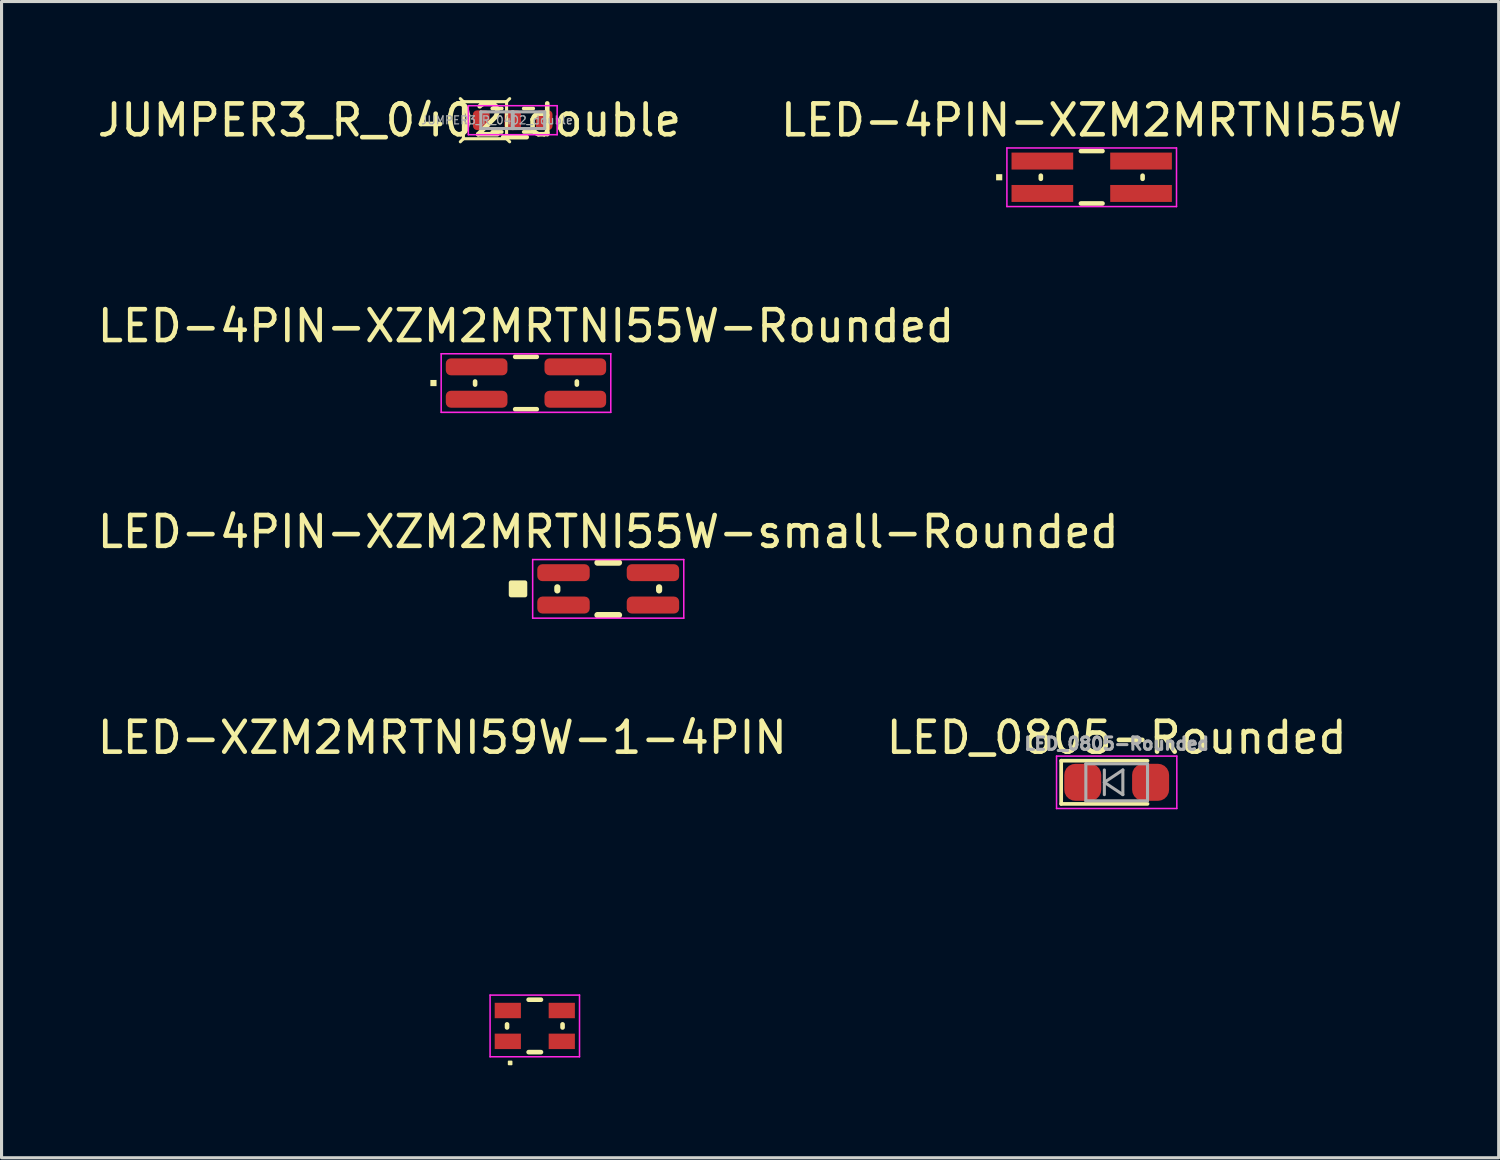
<source format=kicad_pcb>
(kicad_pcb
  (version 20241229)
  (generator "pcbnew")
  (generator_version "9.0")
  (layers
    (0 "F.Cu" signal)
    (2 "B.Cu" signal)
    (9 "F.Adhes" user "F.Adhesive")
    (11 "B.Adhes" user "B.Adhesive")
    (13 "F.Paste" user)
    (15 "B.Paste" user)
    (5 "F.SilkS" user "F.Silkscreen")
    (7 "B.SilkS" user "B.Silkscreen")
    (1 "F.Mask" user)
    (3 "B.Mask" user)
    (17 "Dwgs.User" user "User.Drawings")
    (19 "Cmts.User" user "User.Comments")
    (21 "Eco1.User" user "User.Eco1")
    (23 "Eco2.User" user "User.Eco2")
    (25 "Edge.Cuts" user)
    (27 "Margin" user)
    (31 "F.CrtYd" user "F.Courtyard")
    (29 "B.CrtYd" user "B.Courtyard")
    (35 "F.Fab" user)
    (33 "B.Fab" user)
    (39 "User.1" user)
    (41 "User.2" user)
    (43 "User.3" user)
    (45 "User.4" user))
  (footprint "LED_0805-Rounded"
    (layer "F.Cu")
    (at 33.161 22.318)
    (property "Reference" "LED_0805-Rounded" (at 0 -1.45 0) (layer "F.SilkS") (effects (font (size 1 1) (thickness 0.15))))
    (attr smd)
    (fp_line (start -1.8 -0.7) (end -1.8 0.7) (stroke (width 0.12) (type solid)) (layer "F.SilkS"))
    (fp_line (start -1.8 -0.7) (end 1 -0.7) (stroke (width 0.12) (type solid)) (layer "F.SilkS"))
    (fp_line (start -1.8 0.7) (end 1 0.7) (stroke (width 0.12) (type solid)) (layer "F.SilkS"))
    (fp_line (start -1.95 -0.85) (end 1.95 -0.85) (stroke (width 0.05) (type solid)) (layer "F.CrtYd"))
    (fp_line (start -1.95 0.85) (end -1.95 -0.85) (stroke (width 0.05) (type solid)) (layer "F.CrtYd"))
    (fp_line (start 1.95 -0.85) (end 1.95 0.85) (stroke (width 0.05) (type solid)) (layer "F.CrtYd"))
    (fp_line (start 1.95 0.85) (end -1.95 0.85) (stroke (width 0.05) (type solid)) (layer "F.CrtYd"))
    (fp_line (start -1 -0.6) (end 1 -0.6) (stroke (width 0.1) (type solid)) (layer "F.Fab"))
    (fp_line (start -1 0.6) (end -1 -0.6) (stroke (width 0.1) (type solid)) (layer "F.Fab"))
    (fp_line (start -0.4 -0.4) (end -0.4 0.4) (stroke (width 0.1) (type solid)) (layer "F.Fab"))
    (fp_line (start -0.4 0) (end 0.2 -0.4) (stroke (width 0.1) (type solid)) (layer "F.Fab"))
    (fp_line (start 0.2 -0.4) (end 0.2 0.4) (stroke (width 0.1) (type solid)) (layer "F.Fab"))
    (fp_line (start 0.2 0.4) (end -0.4 0) (stroke (width 0.1) (type solid)) (layer "F.Fab"))
    (fp_line (start 1 -0.6) (end 1 0.6) (stroke (width 0.1) (type solid)) (layer "F.Fab"))
    (fp_line (start 1 0.6) (end -1 0.6) (stroke (width 0.1) (type solid)) (layer "F.Fab"))
    (fp_text user "${REFERENCE}" (at 0 -1.25 0) (layer "F.Fab") (effects (font (size 0.4 0.4) (thickness 0.1))))
    (pad "1" smd roundrect (at -1.1 0 180) (size 1.2 1.2) (layers "F.Cu" "F.Mask" "F.Paste") (roundrect_rratio 0.3))
    (pad "2" smd roundrect (at 1.1 0 180) (size 1.2 1.2) (layers "F.Cu" "F.Mask" "F.Paste") (roundrect_rratio 0.3)))
  (footprint "LED-4PIN-XZM2MRTNI55W-Rounded"
    (layer "F.Cu")
    (at 14.006 9.371)
    (property "Reference" "LED-4PIN-XZM2MRTNI55W-Rounded" (at 0 -1.85 0) (layer "F.SilkS") (effects (font (size 1 1) (thickness 0.15))))
    (attr through_hole)
    (fp_line (start -1.65 0.05) (end -1.65 -0.05) (stroke (width 0.15) (type solid)) (layer "F.SilkS"))
    (fp_line (start 0.35 -0.85) (end -0.35 -0.85) (stroke (width 0.15) (type solid)) (layer "F.SilkS"))
    (fp_line (start 0.35 0.85) (end -0.35 0.85) (stroke (width 0.15) (type solid)) (layer "F.SilkS"))
    (fp_line (start 1.65 -0.05) (end 1.65 0.05) (stroke (width 0.15) (type solid)) (layer "F.SilkS"))
    (fp_line (start -2.75 -0.95) (end -2.75 0.95) (stroke (width 0.05) (type solid)) (layer "F.CrtYd"))
    (fp_line (start -2.75 0.95) (end 2.75 0.95) (stroke (width 0.05) (type solid)) (layer "F.CrtYd"))
    (fp_line (start 2.75 -0.95) (end -2.75 -0.95) (stroke (width 0.05) (type solid)) (layer "F.CrtYd"))
    (fp_line (start 2.75 0.95) (end 2.75 -0.95) (stroke (width 0.05) (type solid)) (layer "F.CrtYd"))
    (pad "" smd rect (at -3 0) (size 0.2 0.2) (layers "F.SilkS"))
    (pad "1" smd roundrect (at 1.6 -0.525) (size 2 0.55) (layers "F.Cu" "F.Mask" "F.Paste") (roundrect_rratio 0.3))
    (pad "2" smd roundrect (at -1.6 -0.525) (size 2 0.55) (layers "F.Cu" "F.Mask" "F.Paste") (roundrect_rratio 0.3))
    (pad "3" smd roundrect (at 1.6 0.525) (size 2 0.55) (layers "F.Cu" "F.Mask" "F.Paste") (roundrect_rratio 0.3))
    (pad "4" smd roundrect (at -1.6 0.525) (size 2 0.55) (layers "F.Cu" "F.Mask" "F.Paste") (roundrect_rratio 0.3)))
  (footprint "LED-XZM2MRTNI59W-1-4PIN"
    (layer "F.Cu")
    (at 14.292 30.218)
    (property "Reference" "LED-XZM2MRTNI59W-1-4PIN" (at -3 -9.35 0) (layer "F.SilkS") (effects (font (size 1 1) (thickness 0.15))))
    (attr through_hole)
    (fp_line (start -0.9 -0.05) (end -0.9 0.05) (stroke (width 0.15) (type solid)) (layer "F.SilkS"))
    (fp_line (start -0.2 -0.85) (end 0.2 -0.85) (stroke (width 0.15) (type solid)) (layer "F.SilkS"))
    (fp_line (start 0.2 0.85) (end -0.2 0.85) (stroke (width 0.15) (type solid)) (layer "F.SilkS"))
    (fp_line (start 0.9 -0.05) (end 0.9 0.05) (stroke (width 0.15) (type solid)) (layer "F.SilkS"))
    (fp_poly (pts (xy -0.85 1.15) (xy -0.85 1.25) (xy -0.75 1.25) (xy -0.75 1.15)) (stroke (width 0.05) (type solid)) (fill yes) (layer "F.SilkS"))
    (fp_line (start -1.45 -1) (end -1.45 1) (stroke (width 0.05) (type solid)) (layer "F.CrtYd"))
    (fp_line (start -1.45 1) (end 1.45 1) (stroke (width 0.05) (type solid)) (layer "F.CrtYd"))
    (fp_line (start 1.45 -1) (end -1.45 -1) (stroke (width 0.05) (type solid)) (layer "F.CrtYd"))
    (fp_line (start 1.45 1) (end 1.45 -1) (stroke (width 0.05) (type solid)) (layer "F.CrtYd"))
    (pad "1" smd rect (at 0.875 -0.5) (size 0.85 0.5) (layers "F.Cu" "F.Mask" "F.Paste"))
    (pad "2" smd rect (at -0.875 -0.5) (size 0.85 0.5) (layers "F.Cu" "F.Mask" "F.Paste"))
    (pad "3" smd rect (at 0.875 0.5) (size 0.85 0.5) (layers "F.Cu" "F.Mask" "F.Paste"))
    (pad "4" smd rect (at -0.875 0.5) (size 0.85 0.5) (layers "F.Cu" "F.Mask" "F.Paste")))
  (footprint "JUMPER3_R_0402_double"
    (layer "F.Cu")
    (at 13.577 0.848)
    (property "Reference" "JUMPER3_R_0402_double" (at -4 0 0) (layer "F.SilkS") (effects (font (size 1 1) (thickness 0.15))))
    (attr smd)
    (fp_line (start -1.6 -0.6) (end -1.7 -0.7) (stroke (width 0.1) (type default)) (layer "F.SilkS"))
    (fp_line (start -1.6 -0.6) (end -1.6 0.6) (stroke (width 0.1) (type default)) (layer "F.SilkS"))
    (fp_line (start -1.6 0.6) (end -1.7 0.7) (stroke (width 0.1) (type default)) (layer "F.SilkS"))
    (fp_line (start -1.6 0.6) (end -0.2 0.6) (stroke (width 0.1) (type default)) (layer "F.SilkS"))
    (fp_line (start -0.664 -0.38) (end -0.356 -0.38) (stroke (width 0.12) (type solid)) (layer "F.SilkS"))
    (fp_line (start -0.664 0.38) (end -0.356 0.38) (stroke (width 0.12) (type solid)) (layer "F.SilkS"))
    (fp_line (start -0.2 -0.6) (end -1.6 -0.6) (stroke (width 0.1) (type default)) (layer "F.SilkS"))
    (fp_line (start -0.2 -0.6) (end -0.1 -0.7) (stroke (width 0.1) (type default)) (layer "F.SilkS"))
    (fp_line (start -0.2 0.6) (end -0.2 -0.6) (stroke (width 0.1) (type default)) (layer "F.SilkS"))
    (fp_line (start -0.2 0.6) (end -0.1 0.7) (stroke (width 0.1) (type default)) (layer "F.SilkS"))
    (fp_line (start 0.356 -0.38) (end 0.664 -0.38) (stroke (width 0.12) (type solid)) (layer "F.SilkS"))
    (fp_line (start 0.356 0.38) (end 0.664 0.38) (stroke (width 0.12) (type solid)) (layer "F.SilkS"))
    (fp_line (start -1.44 -0.47) (end 1.44 -0.47) (stroke (width 0.05) (type solid)) (layer "F.CrtYd"))
    (fp_line (start -1.44 0.47) (end -1.44 -0.47) (stroke (width 0.05) (type solid)) (layer "F.CrtYd"))
    (fp_line (start 1.44 -0.47) (end 1.44 0.47) (stroke (width 0.05) (type solid)) (layer "F.CrtYd"))
    (fp_line (start 1.44 0.47) (end -1.44 0.47) (stroke (width 0.05) (type solid)) (layer "F.CrtYd"))
    (fp_line (start -1.035 -0.27) (end 0.015 -0.27) (stroke (width 0.1) (type solid)) (layer "F.Fab"))
    (fp_line (start -1.035 0.27) (end -1.035 -0.27) (stroke (width 0.1) (type solid)) (layer "F.Fab"))
    (fp_line (start -0.015 -0.27) (end 1.035 -0.27) (stroke (width 0.1) (type solid)) (layer "F.Fab"))
    (fp_line (start -0.015 0.27) (end -0.015 -0.27) (stroke (width 0.1) (type solid)) (layer "F.Fab"))
    (fp_line (start 0.015 -0.27) (end 0.015 0.27) (stroke (width 0.1) (type solid)) (layer "F.Fab"))
    (fp_line (start 0.015 0.27) (end -1.035 0.27) (stroke (width 0.1) (type solid)) (layer "F.Fab"))
    (fp_line (start 1.035 -0.27) (end 1.035 0.27) (stroke (width 0.1) (type solid)) (layer "F.Fab"))
    (fp_line (start 1.035 0.27) (end -0.015 0.27) (stroke (width 0.1) (type solid)) (layer "F.Fab"))
    (fp_text user "${REFERENCE}" (at -0.51 0 0) (layer "F.Fab") (effects (font (size 0.26 0.26) (thickness 0.04))))
    (pad "1" smd roundrect (at -1.02 0) (size 0.54 0.64) (layers "F.Cu" "F.Mask" "F.Paste") (roundrect_rratio 0.25))
    (pad "2" smd roundrect (at 0 0) (size 0.54 0.64) (layers "F.Cu" "F.Mask" "F.Paste") (roundrect_rratio 0.25))
    (pad "3" smd roundrect (at 1.02 0) (size 0.54 0.64) (layers "F.Cu" "F.Mask" "F.Paste") (roundrect_rratio 0.25)))
  (footprint "LED-4PIN-XZM2MRTNI55W-small-Rounded"
    (layer "F.Cu")
    (at 16.673 16.045)
    (property "Reference" "LED-4PIN-XZM2MRTNI55W-small-Rounded" (at 0 -1.85 0) (layer "F.SilkS") (effects (font (size 1 1) (thickness 0.15))))
    (attr through_hole)
    (fp_line (start -1.65 0.05) (end -1.65 -0.05) (stroke (width 0.2) (type solid)) (layer "F.SilkS"))
    (fp_line (start 0.35 -0.85) (end -0.35 -0.85) (stroke (width 0.2) (type solid)) (layer "F.SilkS"))
    (fp_line (start 0.35 0.85) (end -0.35 0.85) (stroke (width 0.2) (type solid)) (layer "F.SilkS"))
    (fp_line (start 1.65 -0.05) (end 1.65 0.05) (stroke (width 0.2) (type solid)) (layer "F.SilkS"))
    (fp_poly (pts (xy -2.7 -0.2) (xy -3.15 -0.2) (xy -3.15 0.2) (xy -2.7 0.2)) (stroke (width 0.15) (type solid)) (fill yes) (layer "F.SilkS"))
    (fp_line (start -2.45 -0.95) (end -2.45 0.95) (stroke (width 0.05) (type solid)) (layer "F.CrtYd"))
    (fp_line (start -2.45 0.95) (end 2.45 0.95) (stroke (width 0.05) (type solid)) (layer "F.CrtYd"))
    (fp_line (start 2.45 -0.95) (end -2.45 -0.95) (stroke (width 0.05) (type solid)) (layer "F.CrtYd"))
    (fp_line (start 2.45 0.95) (end 2.45 -0.95) (stroke (width 0.05) (type solid)) (layer "F.CrtYd"))
    (pad "1" smd roundrect (at 1.45 -0.525) (size 1.7 0.55) (layers "F.Cu" "F.Mask" "F.Paste") (roundrect_rratio 0.3))
    (pad "2" smd roundrect (at -1.45 -0.525) (size 1.7 0.55) (layers "F.Cu" "F.Mask" "F.Paste") (roundrect_rratio 0.3))
    (pad "3" smd roundrect (at 1.45 0.525) (size 1.7 0.55) (layers "F.Cu" "F.Mask" "F.Paste") (roundrect_rratio 0.3))
    (pad "4" smd roundrect (at -1.45 0.525) (size 1.7 0.55) (layers "F.Cu" "F.Mask" "F.Paste") (roundrect_rratio 0.3)))
  (footprint "LED-4PIN-XZM2MRTNI55W"
    (layer "F.Cu")
    (at 32.351 2.698)
    (property "Reference" "LED-4PIN-XZM2MRTNI55W" (at 0 -1.85 0) (layer "F.SilkS") (effects (font (size 1 1) (thickness 0.15))))
    (attr through_hole)
    (fp_line (start -1.65 0.05) (end -1.65 -0.05) (stroke (width 0.15) (type solid)) (layer "F.SilkS"))
    (fp_line (start 0.35 -0.85) (end -0.35 -0.85) (stroke (width 0.15) (type solid)) (layer "F.SilkS"))
    (fp_line (start 0.35 0.85) (end -0.35 0.85) (stroke (width 0.15) (type solid)) (layer "F.SilkS"))
    (fp_line (start 1.65 -0.05) (end 1.65 0.05) (stroke (width 0.15) (type solid)) (layer "F.SilkS"))
    (fp_line (start -2.75 -0.95) (end -2.75 0.95) (stroke (width 0.05) (type solid)) (layer "F.CrtYd"))
    (fp_line (start -2.75 0.95) (end 2.75 0.95) (stroke (width 0.05) (type solid)) (layer "F.CrtYd"))
    (fp_line (start 2.75 -0.95) (end -2.75 -0.95) (stroke (width 0.05) (type solid)) (layer "F.CrtYd"))
    (fp_line (start 2.75 0.95) (end 2.75 -0.95) (stroke (width 0.05) (type solid)) (layer "F.CrtYd"))
    (pad "" smd rect (at -3 0) (size 0.2 0.2) (layers "F.SilkS"))
    (pad "1" smd rect (at 1.6 -0.525) (size 2 0.55) (layers "F.Cu" "F.Mask" "F.Paste"))
    (pad "2" smd rect (at -1.6 -0.525) (size 2 0.55) (layers "F.Cu" "F.Mask" "F.Paste"))
    (pad "3" smd rect (at 1.6 0.525) (size 2 0.55) (layers "F.Cu" "F.Mask" "F.Paste"))
    (pad "4" smd rect (at -1.6 0.525) (size 2 0.55) (layers "F.Cu" "F.Mask" "F.Paste")))
  (gr_rect
    (start -3 -3)
    (end 45.548 34.493)
    (stroke (width 0.1) (type default))
    (fill no)
    (layer "Edge.Cuts")))
</source>
